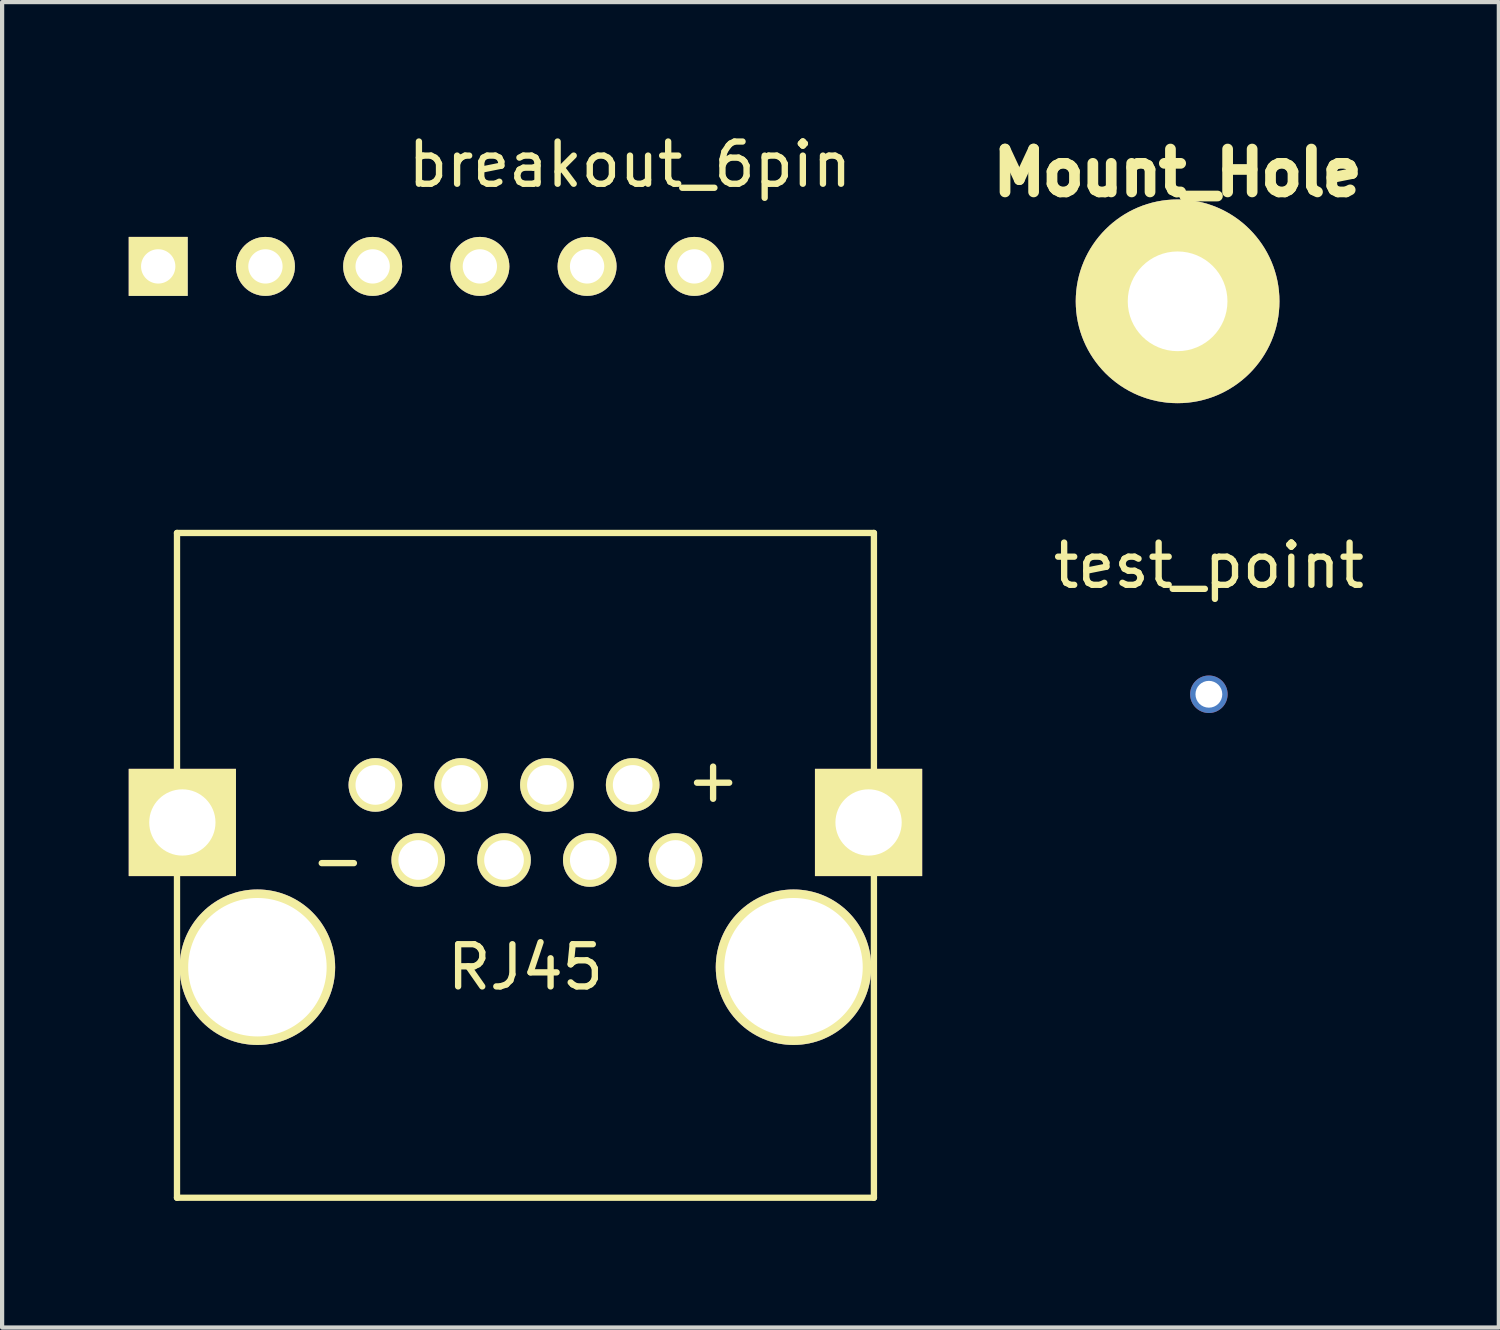
<source format=kicad_pcb>
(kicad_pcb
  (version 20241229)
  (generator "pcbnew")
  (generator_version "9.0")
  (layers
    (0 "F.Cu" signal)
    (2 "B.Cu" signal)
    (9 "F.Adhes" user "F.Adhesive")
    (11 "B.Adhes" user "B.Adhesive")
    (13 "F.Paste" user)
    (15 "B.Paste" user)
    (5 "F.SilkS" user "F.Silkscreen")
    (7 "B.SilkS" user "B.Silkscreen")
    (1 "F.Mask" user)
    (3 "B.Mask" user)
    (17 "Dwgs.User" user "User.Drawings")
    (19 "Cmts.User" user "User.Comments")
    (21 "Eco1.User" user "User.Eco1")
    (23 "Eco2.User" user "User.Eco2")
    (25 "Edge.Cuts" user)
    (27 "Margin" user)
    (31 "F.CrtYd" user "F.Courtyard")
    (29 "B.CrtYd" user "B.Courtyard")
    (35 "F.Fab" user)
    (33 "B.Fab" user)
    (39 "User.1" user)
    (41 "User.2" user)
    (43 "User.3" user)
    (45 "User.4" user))
  (footprint "breakout_6pin"
    (layer "F.Cu")
    (at 7.048 3.261)
    (property "Reference" "breakout_6pin" (at 4.826 -2.413 0) (layer "F.SilkS") (effects (font (size 1 1) (thickness 0.15))))
    (attr through_hole)
    (pad "1" thru_hole rect (at -6.35 0) (size 1.397 1.397) (drill 0.813) (layers "*.Cu" "*.Mask" "F.SilkS"))
    (pad "2" thru_hole circle (at -3.81 0) (size 1.397 1.397) (drill 0.813) (layers "*.Cu" "*.Mask" "F.SilkS"))
    (pad "3" thru_hole circle (at -1.27 0) (size 1.397 1.397) (drill 0.813) (layers "*.Cu" "*.Mask" "F.SilkS"))
    (pad "4" thru_hole circle (at 1.27 0) (size 1.397 1.397) (drill 0.813) (layers "*.Cu" "*.Mask" "F.SilkS"))
    (pad "5" thru_hole circle (at 3.81 0) (size 1.397 1.397) (drill 0.813) (layers "*.Cu" "*.Mask" "F.SilkS"))
    (pad "6" thru_hole circle (at 6.35 0) (size 1.397 1.397) (drill 0.813) (layers "*.Cu" "*.Mask" "F.SilkS")))
  (footprint "Mount_Hole"
    (layer "F.Cu")
    (at 24.847 4.088)
    (property "Reference" "Mount_Hole" (at 0 -3.048 0) (layer "F.SilkS") (effects (font (size 1.016 1.016) (thickness 0.254))))
    (attr through_hole)
    (pad "1" thru_hole circle (at 0 0) (size 4.826 4.826) (drill 2.362) (layers "*.Cu" "*.Mask" "F.SilkS")))
  (footprint "RJ45"
    (layer "F.Cu")
    (at 9.398 19.863)
    (property "Reference" "RJ45" (at 0 0 0) (layer "F.SilkS") (effects (font (size 1 1) (thickness 0.15))))
    (attr through_hole)
    (fp_line (start -8.255 -10.287) (end 8.255 -10.287) (stroke (width 0.15) (type solid)) (layer "F.SilkS"))
    (fp_line (start -8.255 5.461) (end -8.255 -10.287) (stroke (width 0.15) (type solid)) (layer "F.SilkS"))
    (fp_line (start 8.255 -10.287) (end 8.255 5.461) (stroke (width 0.15) (type solid)) (layer "F.SilkS"))
    (fp_line (start 8.255 5.461) (end -8.255 5.461) (stroke (width 0.15) (type solid)) (layer "F.SilkS"))
    (fp_text user "-" (at -4.445 -2.54 0) (layer "F.SilkS") (effects (font (size 1 1) (thickness 0.15))))
    (fp_text user "+" (at 4.445 -4.445 0) (layer "F.SilkS") (effects (font (size 1 1) (thickness 0.15))))
    (pad "1" thru_hole circle (at 3.556 -2.54) (size 1.27 1.27) (drill 0.94) (layers "*.Cu" "*.Mask" "F.SilkS"))
    (pad "2" thru_hole circle (at 2.54 -4.318) (size 1.27 1.27) (drill 0.94) (layers "*.Cu" "*.Mask" "F.SilkS"))
    (pad "3" thru_hole circle (at 1.524 -2.54) (size 1.27 1.27) (drill 0.94) (layers "*.Cu" "*.Mask" "F.SilkS"))
    (pad "4" thru_hole circle (at 0.508 -4.318) (size 1.27 1.27) (drill 0.94) (layers "*.Cu" "*.Mask" "F.SilkS"))
    (pad "5" thru_hole circle (at -0.508 -2.54) (size 1.27 1.27) (drill 0.94) (layers "*.Cu" "*.Mask" "F.SilkS"))
    (pad "6" thru_hole circle (at -1.524 -4.318) (size 1.27 1.27) (drill 0.94) (layers "*.Cu" "*.Mask" "F.SilkS"))
    (pad "7" thru_hole circle (at -2.54 -2.54) (size 1.27 1.27) (drill 0.94) (layers "*.Cu" "*.Mask" "F.SilkS"))
    (pad "8" thru_hole circle (at -3.556 -4.318) (size 1.27 1.27) (drill 0.94) (layers "*.Cu" "*.Mask" "F.SilkS"))
    (pad "9" thru_hole rect (at -8.128 -3.429) (size 2.54 2.54) (drill 1.57) (layers "*.Cu" "*.Mask" "F.SilkS"))
    (pad "9" thru_hole rect (at 8.128 -3.429) (size 2.54 2.54) (drill 1.57) (layers "*.Cu" "*.Mask" "F.SilkS"))
    (pad "n" thru_hole circle (at -6.35 0) (size 3.683 3.683) (drill 3.28) (layers "*.Cu" "*.Mask" "F.SilkS"))
    (pad "n" thru_hole circle (at 6.35 0) (size 3.683 3.683) (drill 3.28) (layers "*.Cu" "*.Mask" "F.SilkS")))
  (footprint "test_point"
    (layer "F.Cu")
    (at 25.588 13.397)
    (property "Reference" "test_point" (at 0 -3.048 0) (layer "F.SilkS") (effects (font (size 1 1) (thickness 0.15))))
    (attr through_hole)
    (pad "1" thru_hole circle (at 0 0) (size 0.889 0.889) (drill 0.635) (layers "*.Cu")))
  (gr_rect
    (start -3 -3)
    (end 32.457 28.399)
    (stroke (width 0.1) (type default))
    (fill no)
    (layer "Edge.Cuts")))
</source>
